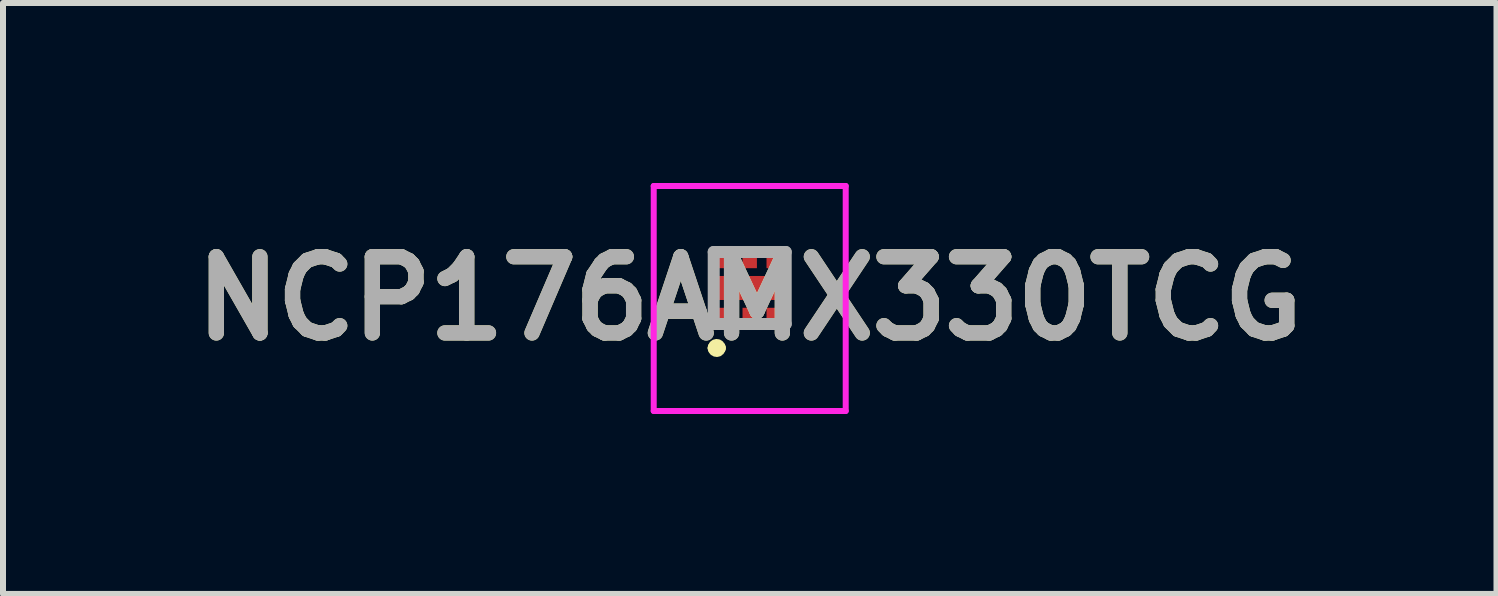
<source format=kicad_pcb>
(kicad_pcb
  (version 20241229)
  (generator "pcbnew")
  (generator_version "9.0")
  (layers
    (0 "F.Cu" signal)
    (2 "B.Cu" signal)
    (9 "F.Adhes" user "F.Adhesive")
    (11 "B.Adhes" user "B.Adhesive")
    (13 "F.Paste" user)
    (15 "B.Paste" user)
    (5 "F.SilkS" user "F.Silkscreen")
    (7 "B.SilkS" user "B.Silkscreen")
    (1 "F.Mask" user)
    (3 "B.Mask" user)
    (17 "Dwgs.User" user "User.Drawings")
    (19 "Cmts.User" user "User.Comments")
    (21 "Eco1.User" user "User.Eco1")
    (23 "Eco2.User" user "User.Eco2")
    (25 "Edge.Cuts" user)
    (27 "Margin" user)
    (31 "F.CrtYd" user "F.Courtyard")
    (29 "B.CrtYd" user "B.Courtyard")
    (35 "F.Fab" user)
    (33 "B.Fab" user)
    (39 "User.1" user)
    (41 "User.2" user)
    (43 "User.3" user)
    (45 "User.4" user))
  (footprint "NCP176AMX330TCG"
    (layer "F.Cu")
    (at 9.446 1.75)
    (property "Reference" "NCP176AMX330TCG" (at 0 0.175 0) (layer "F.SilkS") (effects (font (size 1.27 1.27) (thickness 0.254))))
    (attr smd)
    (fp_line (start -0.6 -0.6) (end -0.6 0.515) (stroke (width 0.1) (type solid)) (layer "F.SilkS"))
    (fp_line (start -0.6 1) (end -0.6 1) (stroke (width 0.2) (type solid)) (layer "F.SilkS"))
    (fp_line (start -0.5 1) (end -0.5 1) (stroke (width 0.2) (type solid)) (layer "F.SilkS"))
    (fp_line (start 0.6 -0.6) (end 0.6 0.515) (stroke (width 0.1) (type solid)) (layer "F.SilkS"))
    (fp_arc (start -0.6 1) (mid -0.55 0.95) (end -0.5 1) (stroke (width 0.2) (type solid)) (layer "F.SilkS"))
    (fp_arc (start -0.5 1) (mid -0.55 1.05) (end -0.6 1) (stroke (width 0.2) (type solid)) (layer "F.SilkS"))
    (fp_line (start -1.6 -1.7) (end 1.6 -1.7) (stroke (width 0.1) (type solid)) (layer "F.CrtYd"))
    (fp_line (start -1.6 2.05) (end -1.6 -1.7) (stroke (width 0.1) (type solid)) (layer "F.CrtYd"))
    (fp_line (start 1.6 -1.7) (end 1.6 2.05) (stroke (width 0.1) (type solid)) (layer "F.CrtYd"))
    (fp_line (start 1.6 2.05) (end -1.6 2.05) (stroke (width 0.1) (type solid)) (layer "F.CrtYd"))
    (fp_line (start -0.6 -0.6) (end 0.6 -0.6) (stroke (width 0.2) (type solid)) (layer "F.Fab"))
    (fp_line (start -0.6 0.6) (end -0.6 -0.6) (stroke (width 0.2) (type solid)) (layer "F.Fab"))
    (fp_line (start 0.6 -0.6) (end 0.6 0.6) (stroke (width 0.2) (type solid)) (layer "F.Fab"))
    (fp_line (start 0.6 0.6) (end -0.6 0.6) (stroke (width 0.2) (type solid)) (layer "F.Fab"))
    (fp_text user "${REFERENCE}" (at 0 0.175 0) (layer "F.Fab") (effects (font (size 1.27 1.27) (thickness 0.254))))
    (pad "1" smd rect (at -0.4 0.515) (size 0.24 0.37) (layers "F.Cu" "F.Mask" "F.Paste"))
    (pad "2" smd rect (at 0 0.515) (size 0.24 0.37) (layers "F.Cu" "F.Mask" "F.Paste"))
    (pad "3" smd rect (at 0.4 0.515) (size 0.24 0.37) (layers "F.Cu" "F.Mask" "F.Paste"))
    (pad "4" smd rect (at 0.4 -0.515) (size 0.24 0.37) (layers "F.Cu" "F.Mask" "F.Paste"))
    (pad "5" smd rect (at 0 -0.515) (size 0.24 0.37) (layers "F.Cu" "F.Mask" "F.Paste"))
    (pad "6" smd rect (at -0.4 -0.515) (size 0.24 0.37) (layers "F.Cu" "F.Mask" "F.Paste"))
    (pad "7" smd rect (at 0 0 90) (size 0.4 1.08) (layers "F.Cu" "F.Mask" "F.Paste")))
  (gr_rect
    (start -3 -3)
    (end 21.893 6.85)
    (stroke (width 0.1) (type default))
    (fill no)
    (layer "Edge.Cuts")))
</source>
